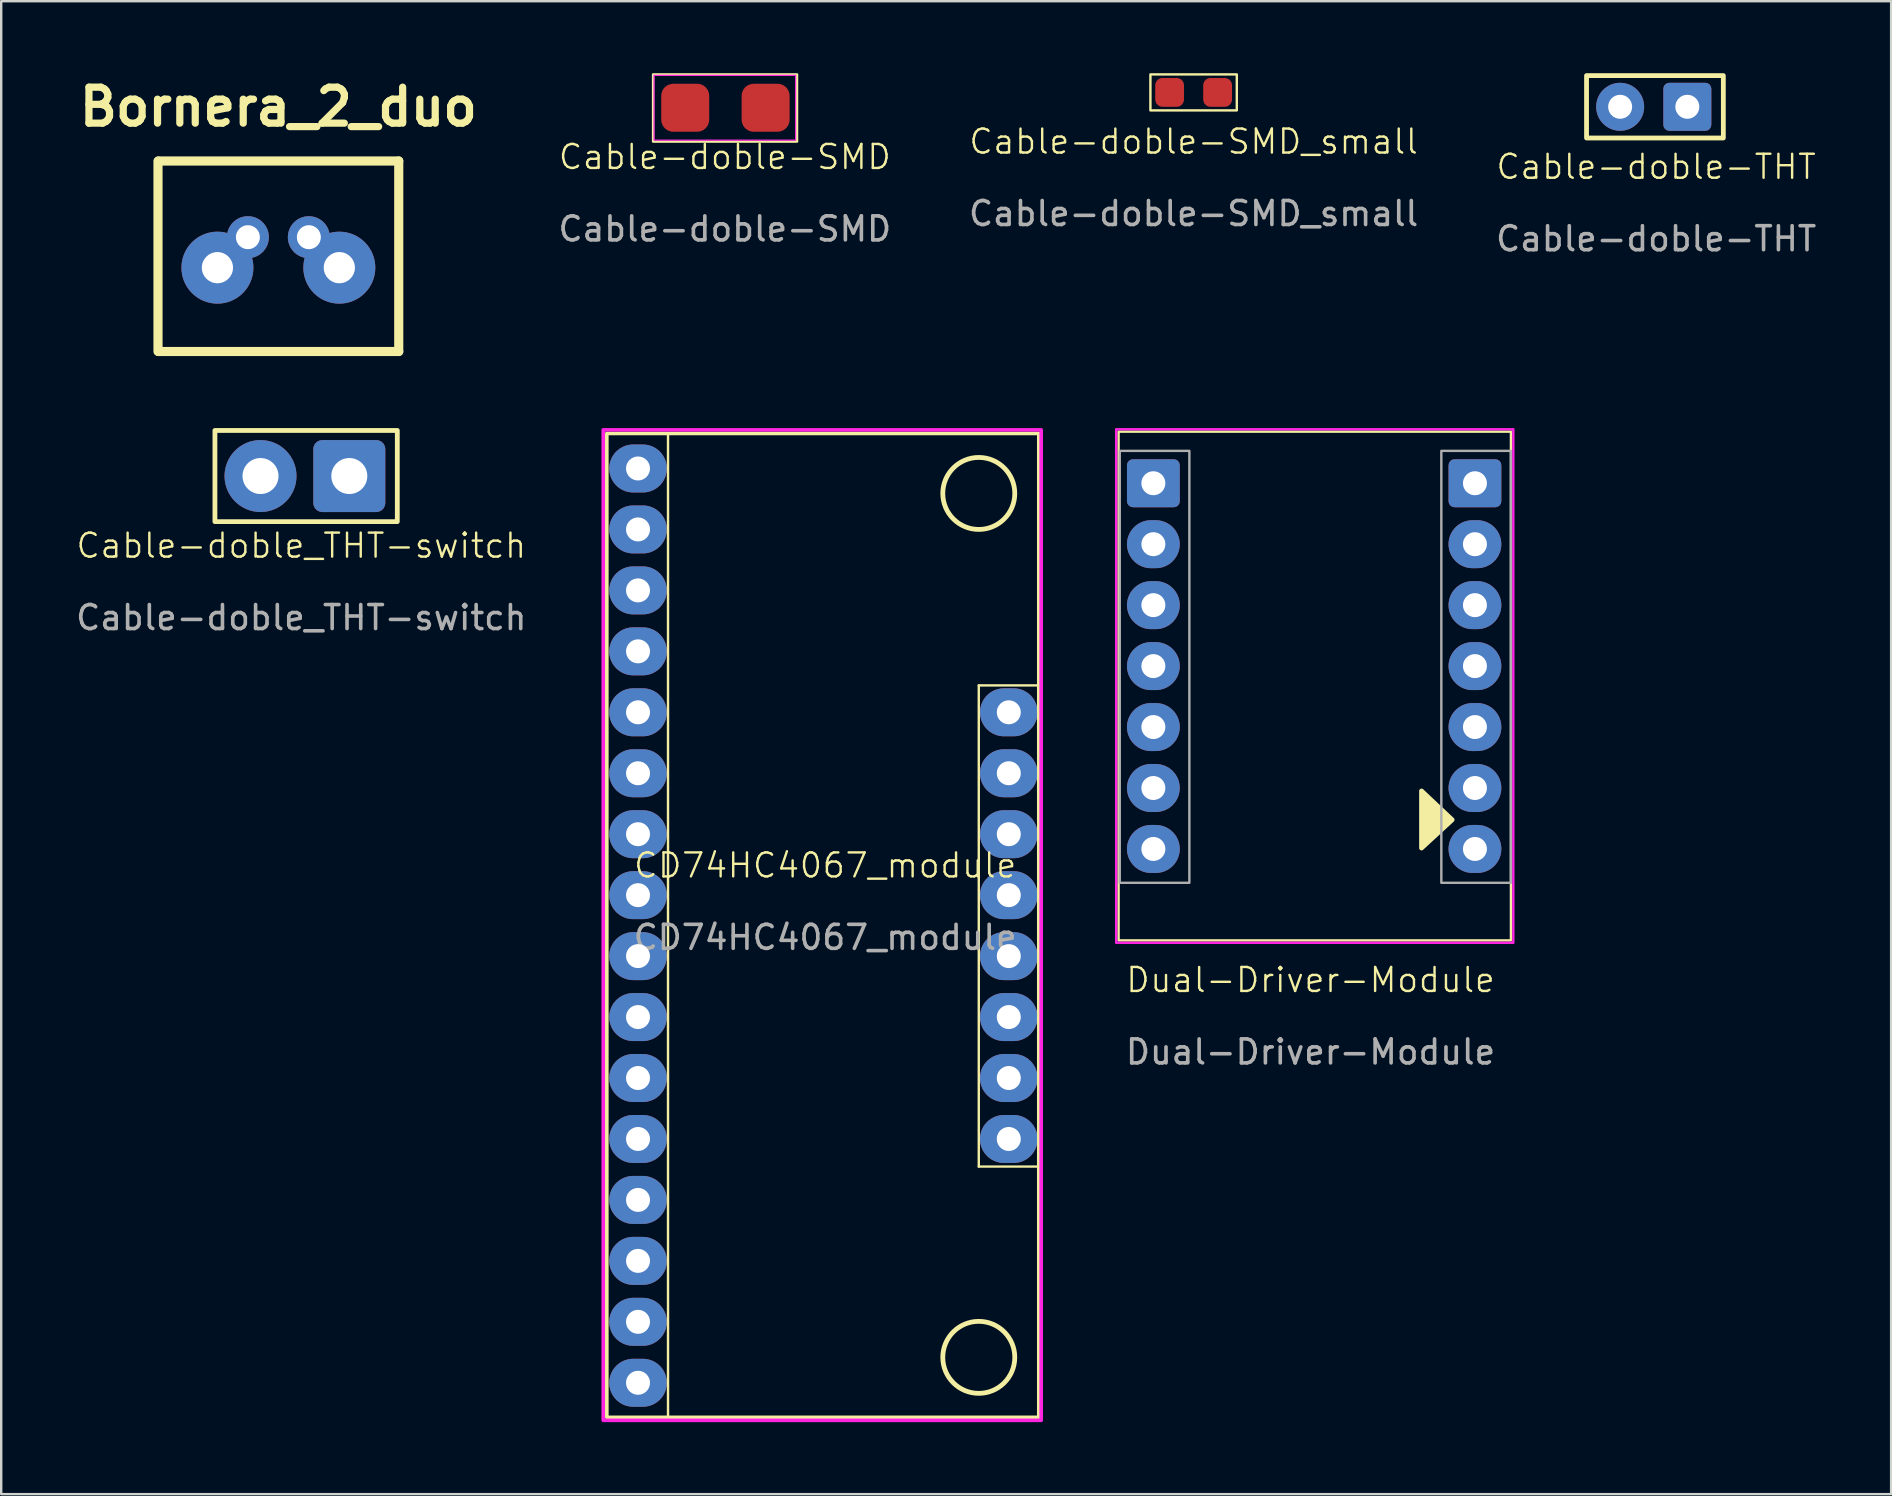
<source format=kicad_pcb>
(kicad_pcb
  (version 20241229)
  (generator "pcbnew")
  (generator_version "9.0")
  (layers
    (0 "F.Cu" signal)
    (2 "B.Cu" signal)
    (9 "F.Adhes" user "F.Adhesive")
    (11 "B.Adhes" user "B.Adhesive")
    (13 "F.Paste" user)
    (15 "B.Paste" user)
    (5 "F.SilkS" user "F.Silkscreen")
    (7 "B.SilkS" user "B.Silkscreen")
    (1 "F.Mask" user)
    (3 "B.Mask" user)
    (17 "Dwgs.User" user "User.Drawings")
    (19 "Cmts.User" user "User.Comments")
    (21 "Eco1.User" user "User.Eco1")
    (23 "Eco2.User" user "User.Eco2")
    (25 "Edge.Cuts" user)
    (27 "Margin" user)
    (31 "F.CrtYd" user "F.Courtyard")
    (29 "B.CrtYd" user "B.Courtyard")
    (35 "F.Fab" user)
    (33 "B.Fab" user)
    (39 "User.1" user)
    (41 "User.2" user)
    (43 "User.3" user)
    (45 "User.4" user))
  (footprint "Cable-doble-THT"
    (layer "F.Cu")
    (at 65.963 4.4)
    (property "Reference" "Cable-doble-THT" (at 0 -0.5 0) (unlocked yes) (layer "F.SilkS") (effects (font (size 1 1) (thickness 0.1))))
    (attr through_hole)
    (fp_rect (start -2.9 -4.3) (end 2.8 -1.7) (stroke (width 0.2) (type default)) (fill no) (layer "F.SilkS"))
    (fp_text user "${REFERENCE}" (at 0 2.5 0) (unlocked yes) (layer "F.Fab") (effects (font (size 1 1) (thickness 0.15))))
    (pad "1" thru_hole circle (at -1.5 -3) (size 2 2) (drill 1) (layers "*.Cu" "*.Mask"))
    (pad "2" thru_hole roundrect (at 1.3 -3) (size 2 2) (drill 1) (layers "*.Cu" "*.Mask") (roundrect_rratio 0.125)))
  (footprint "Bornera_2_duo"
    (layer "F.Cu")
    (at 8.55 8.104)
    (property "Reference" "Bornera_2_duo" (at 0 -6.7 0) (layer "F.SilkS") (effects (font (size 1.5 1.5) (thickness 0.3))))
    (attr through_hole)
    (fp_line (start -5.016 -4.445) (end -5.016 3.493) (stroke (width 0.381) (type solid)) (layer "F.SilkS"))
    (fp_line (start -4.984 3.493) (end 5.016 3.493) (stroke (width 0.381) (type solid)) (layer "F.SilkS"))
    (fp_line (start 5.016 -4.445) (end -4.984 -4.445) (stroke (width 0.381) (type solid)) (layer "F.SilkS"))
    (fp_line (start 5.016 3.493) (end 5.016 -4.445) (stroke (width 0.381) (type solid)) (layer "F.SilkS"))
    (pad "1" thru_hole circle (at -2.54 0) (size 3 3) (drill 1.3) (layers "*.Cu" "*.Mask"))
    (pad "1" thru_hole circle (at -1.27 -1.27) (size 1.75 1.75) (drill 1) (layers "*.Cu" "*.Mask"))
    (pad "2" thru_hole circle (at 1.27 -1.27) (size 1.75 1.75) (drill 1) (layers "*.Cu" "*.Mask"))
    (pad "2" thru_hole circle (at 2.54 0) (size 3 3) (drill 1.3) (layers "*.Cu" "*.Mask")))
  (footprint "Cable-doble_THT-switch"
    (layer "F.Cu")
    (at 9.506 20.187)
    (property "Reference" "Cable-doble_THT-switch" (at 0 -0.5 0) (unlocked yes) (layer "F.SilkS") (effects (font (size 1 1) (thickness 0.1))))
    (attr through_hole)
    (fp_rect (start -3.6 -5.3) (end 4 -1.5) (stroke (width 0.2) (type default)) (fill no) (layer "F.SilkS"))
    (fp_text user "${REFERENCE}" (at 0 2.5 0) (unlocked yes) (layer "F.Fab") (effects (font (size 1 1) (thickness 0.15))))
    (pad "1" thru_hole circle (at -1.7 -3.4) (size 3 3) (drill 1.5) (layers "*.Cu" "*.Mask"))
    (pad "2" thru_hole roundrect (at 2 -3.4) (size 3 3) (drill 1.5) (layers "*.Cu" "*.Mask") (roundrect_rratio 0.125)))
  (footprint "Cable-doble-SMD_small"
    (layer "F.Cu")
    (at 46.689 3.35)
    (property "Reference" "Cable-doble-SMD_small" (at 0 -0.5 0) (unlocked yes) (layer "F.SilkS") (effects (font (size 1 1) (thickness 0.1))))
    (attr smd)
    (fp_rect (start -1.8 -3.3) (end 1.8 -1.8) (stroke (width 0.1) (type default)) (fill no) (layer "F.SilkS"))
    (fp_text user "${REFERENCE}" (at 0 2.5 0) (unlocked yes) (layer "F.Fab") (effects (font (size 1 1) (thickness 0.15))))
    (pad "1" smd roundrect (at -1 -2.55) (size 1.2 1.2) (layers "F.Cu" "F.Mask" "F.Paste") (roundrect_rratio 0.25))
    (pad "2" smd roundrect (at 1 -2.55) (size 1.2 1.2) (layers "F.Cu" "F.Mask" "F.Paste") (roundrect_rratio 0.25)))
  (footprint "CD74HC4067_module"
    (layer "F.Cu")
    (at 31.287 35.312)
    (property "Reference" "CD74HC4067_module" (at 0.05 -2.3 0) (unlocked yes) (layer "F.SilkS") (effects (font (size 1 1) (thickness 0.1))))
    (attr through_hole)
    (fp_line (start -6.5 -20.3) (end -6.5 20.7) (stroke (width 0.1) (type default)) (layer "F.SilkS"))
    (fp_line (start 6.45 -9.8) (end 6.45 10.25) (stroke (width 0.1) (type default)) (layer "F.SilkS"))
    (fp_line (start 6.45 -9.8) (end 8.95 -9.8) (stroke (width 0.1) (type default)) (layer "F.SilkS"))
    (fp_line (start 6.45 10.25) (end 8.95 10.25) (stroke (width 0.1) (type default)) (layer "F.SilkS"))
    (fp_rect (start -9.05 -20.3) (end 8.95 20.7) (stroke (width 0.15) (type default)) (fill no) (layer "F.SilkS"))
    (fp_circle (center 6.45 -17.8) (end 7.95 -17.8) (stroke (width 0.2) (type default)) (fill no) (layer "F.SilkS"))
    (fp_circle (center 6.45 18.2) (end 7.95 18.2) (stroke (width 0.2) (type default)) (fill no) (layer "F.SilkS"))
    (fp_rect (start -9.2 -20.45) (end 9.05 20.825) (stroke (width 0.15) (type default)) (fill no) (layer "F.CrtYd"))
    (fp_text user "${REFERENCE}" (at 0.05 0.7 0) (unlocked yes) (layer "F.Fab") (effects (font (size 1 1) (thickness 0.15))))
    (pad "1" thru_hole oval (at -7.75 -18.84) (size 2.4 2) (drill 1) (layers "*.Cu" "*.Mask"))
    (pad "2" thru_hole oval (at -7.75 -16.3) (size 2.4 2) (drill 1) (layers "*.Cu" "*.Mask"))
    (pad "3" thru_hole oval (at -7.75 -13.76) (size 2.4 2) (drill 1) (layers "*.Cu" "*.Mask"))
    (pad "4" thru_hole oval (at -7.75 -11.22) (size 2.4 2) (drill 1) (layers "*.Cu" "*.Mask"))
    (pad "5" thru_hole oval (at -7.75 -8.68) (size 2.4 2) (drill 1) (layers "*.Cu" "*.Mask"))
    (pad "6" thru_hole oval (at -7.75 -6.14) (size 2.4 2) (drill 1) (layers "*.Cu" "*.Mask"))
    (pad "7" thru_hole oval (at -7.75 -3.6) (size 2.4 2) (drill 1) (layers "*.Cu" "*.Mask"))
    (pad "8" thru_hole oval (at -7.75 -1.06) (size 2.4 2) (drill 1) (layers "*.Cu" "*.Mask"))
    (pad "9" thru_hole oval (at -7.75 1.48) (size 2.4 2) (drill 1) (layers "*.Cu" "*.Mask"))
    (pad "10" thru_hole oval (at -7.75 4.02) (size 2.4 2) (drill 1) (layers "*.Cu" "*.Mask"))
    (pad "11" thru_hole oval (at -7.75 6.56) (size 2.4 2) (drill 1) (layers "*.Cu" "*.Mask"))
    (pad "12" thru_hole oval (at -7.75 9.1) (size 2.4 2) (drill 1) (layers "*.Cu" "*.Mask"))
    (pad "13" thru_hole oval (at -7.75 11.64) (size 2.4 2) (drill 1) (layers "*.Cu" "*.Mask"))
    (pad "14" thru_hole oval (at -7.75 14.18) (size 2.4 2) (drill 1) (layers "*.Cu" "*.Mask"))
    (pad "15" thru_hole oval (at -7.75 16.72) (size 2.4 2) (drill 1) (layers "*.Cu" "*.Mask"))
    (pad "16" thru_hole oval (at -7.75 19.26) (size 2.4 2) (drill 1) (layers "*.Cu" "*.Mask"))
    (pad "17" thru_hole oval (at 7.7 -8.68) (size 2.4 2) (drill 1) (layers "*.Cu" "*.Mask"))
    (pad "18" thru_hole oval (at 7.7 -6.14) (size 2.4 2) (drill 1) (layers "*.Cu" "*.Mask"))
    (pad "19" thru_hole oval (at 7.7 -3.6) (size 2.4 2) (drill 1) (layers "*.Cu" "*.Mask"))
    (pad "20" thru_hole oval (at 7.7 -1.06) (size 2.4 2) (drill 1) (layers "*.Cu" "*.Mask"))
    (pad "21" thru_hole oval (at 7.7 1.48) (size 2.4 2) (drill 1) (layers "*.Cu" "*.Mask"))
    (pad "22" thru_hole oval (at 7.7 4.02) (size 2.4 2) (drill 1) (layers "*.Cu" "*.Mask"))
    (pad "23" thru_hole oval (at 7.7 6.56) (size 2.4 2) (drill 1) (layers "*.Cu" "*.Mask"))
    (pad "24" thru_hole oval (at 7.7 9.1) (size 2.4 2) (drill 1) (layers "*.Cu" "*.Mask")))
  (footprint "Cable-doble-SMD"
    (layer "F.Cu")
    (at 27.129 1.44)
    (property "Reference" "Cable-doble-SMD" (at 0.025 2.05 0) (unlocked yes) (layer "F.SilkS") (effects (font (size 1 1) (thickness 0.1))))
    (attr smd)
    (fp_rect (start -2.965 -1.39) (end 3.035 1.41) (stroke (width 0.1) (type default)) (fill no) (layer "F.SilkS"))
    (fp_rect (start -2.925 -1.35) (end 2.975 1.35) (stroke (width 0.05) (type default)) (fill no) (layer "F.CrtYd"))
    (fp_text user "${REFERENCE}" (at 0.025 5.05 0) (unlocked yes) (layer "F.Fab") (effects (font (size 1 1) (thickness 0.15))))
    (pad "1" smd roundrect (at -1.625 0) (size 2 2) (layers "F.Cu" "F.Mask" "F.Paste") (roundrect_rratio 0.25))
    (pad "2" smd roundrect (at 1.725 0) (size 2 2) (layers "F.Cu" "F.Mask" "F.Paste") (roundrect_rratio 0.25)))
  (footprint "Dual-Driver-Module"
    (layer "F.Cu")
    (at 51.612 25.437)
    (property "Reference" "Dual-Driver-Module" (at -0.05 12.35 0) (unlocked yes) (layer "F.SilkS") (effects (font (size 1 1) (thickness 0.1))))
    (attr through_hole)
    (fp_rect (start -8.05 -10.5) (end 8.3 10.7) (stroke (width 0.1) (type default)) (fill no) (layer "F.SilkS"))
    (fp_poly (pts (xy 4.575 4.475) (xy 4.575 6.85) (xy 5.85 5.675)) (stroke (width 0.2) (type solid)) (fill yes) (layer "F.SilkS"))
    (fp_rect (start -8.15 -10.6) (end 8.4 10.8) (stroke (width 0.1) (type default)) (fill no) (layer "F.CrtYd"))
    (fp_rect (start -8 -9.7) (end -5.1 8.3) (stroke (width 0.1) (type default)) (fill no) (layer "F.Fab"))
    (fp_rect (start 5.4 -9.7) (end 8.3 8.3) (stroke (width 0.1) (type default)) (fill no) (layer "F.Fab"))
    (fp_text user "${REFERENCE}" (at -0.05 15.35 0) (unlocked yes) (layer "F.Fab") (effects (font (size 1 1) (thickness 0.15))))
    (pad "1" thru_hole roundrect (at -6.6 -8.35) (size 2.2 2) (drill 1) (layers "*.Cu" "*.Mask") (roundrect_rratio 0.125))
    (pad "1" thru_hole oval (at -6.6 6.89) (size 2.2 2) (drill 1) (layers "*.Cu" "*.Mask"))
    (pad "1" thru_hole roundrect (at 6.8 -8.35) (size 2.2 2) (drill 1) (layers "*.Cu" "*.Mask") (roundrect_rratio 0.125))
    (pad "2" thru_hole oval (at -6.6 -5.81) (size 2.2 2) (drill 1) (layers "*.Cu" "*.Mask"))
    (pad "3" thru_hole oval (at -6.6 -3.27) (size 2.2 2) (drill 1) (layers "*.Cu" "*.Mask"))
    (pad "4" thru_hole oval (at -6.6 -0.73) (size 2.2 2) (drill 1) (layers "*.Cu" "*.Mask"))
    (pad "5" thru_hole oval (at -6.6 1.81) (size 2.2 2) (drill 1) (layers "*.Cu" "*.Mask"))
    (pad "6" thru_hole oval (at -6.6 4.35) (size 2.2 2) (drill 1) (layers "*.Cu" "*.Mask"))
    (pad "7" thru_hole oval (at 6.8 -5.81) (size 2.2 2) (drill 1) (layers "*.Cu" "*.Mask"))
    (pad "8" thru_hole oval (at 6.8 -3.27) (size 2.2 2) (drill 1) (layers "*.Cu" "*.Mask"))
    (pad "9" thru_hole oval (at 6.8 -0.73) (size 2.2 2) (drill 1) (layers "*.Cu" "*.Mask"))
    (pad "9" thru_hole oval (at 6.8 6.89) (size 2.2 2) (drill 1) (layers "*.Cu" "*.Mask"))
    (pad "10" thru_hole oval (at 6.8 1.81) (size 2.2 2) (drill 1) (layers "*.Cu" "*.Mask"))
    (pad "11" thru_hole oval (at 6.8 4.35) (size 2.2 2) (drill 1) (layers "*.Cu" "*.Mask")))
  (gr_rect
    (start -3 -3)
    (end 75.755 59.212)
    (stroke (width 0.1) (type default))
    (fill no)
    (layer "Edge.Cuts")))
</source>
